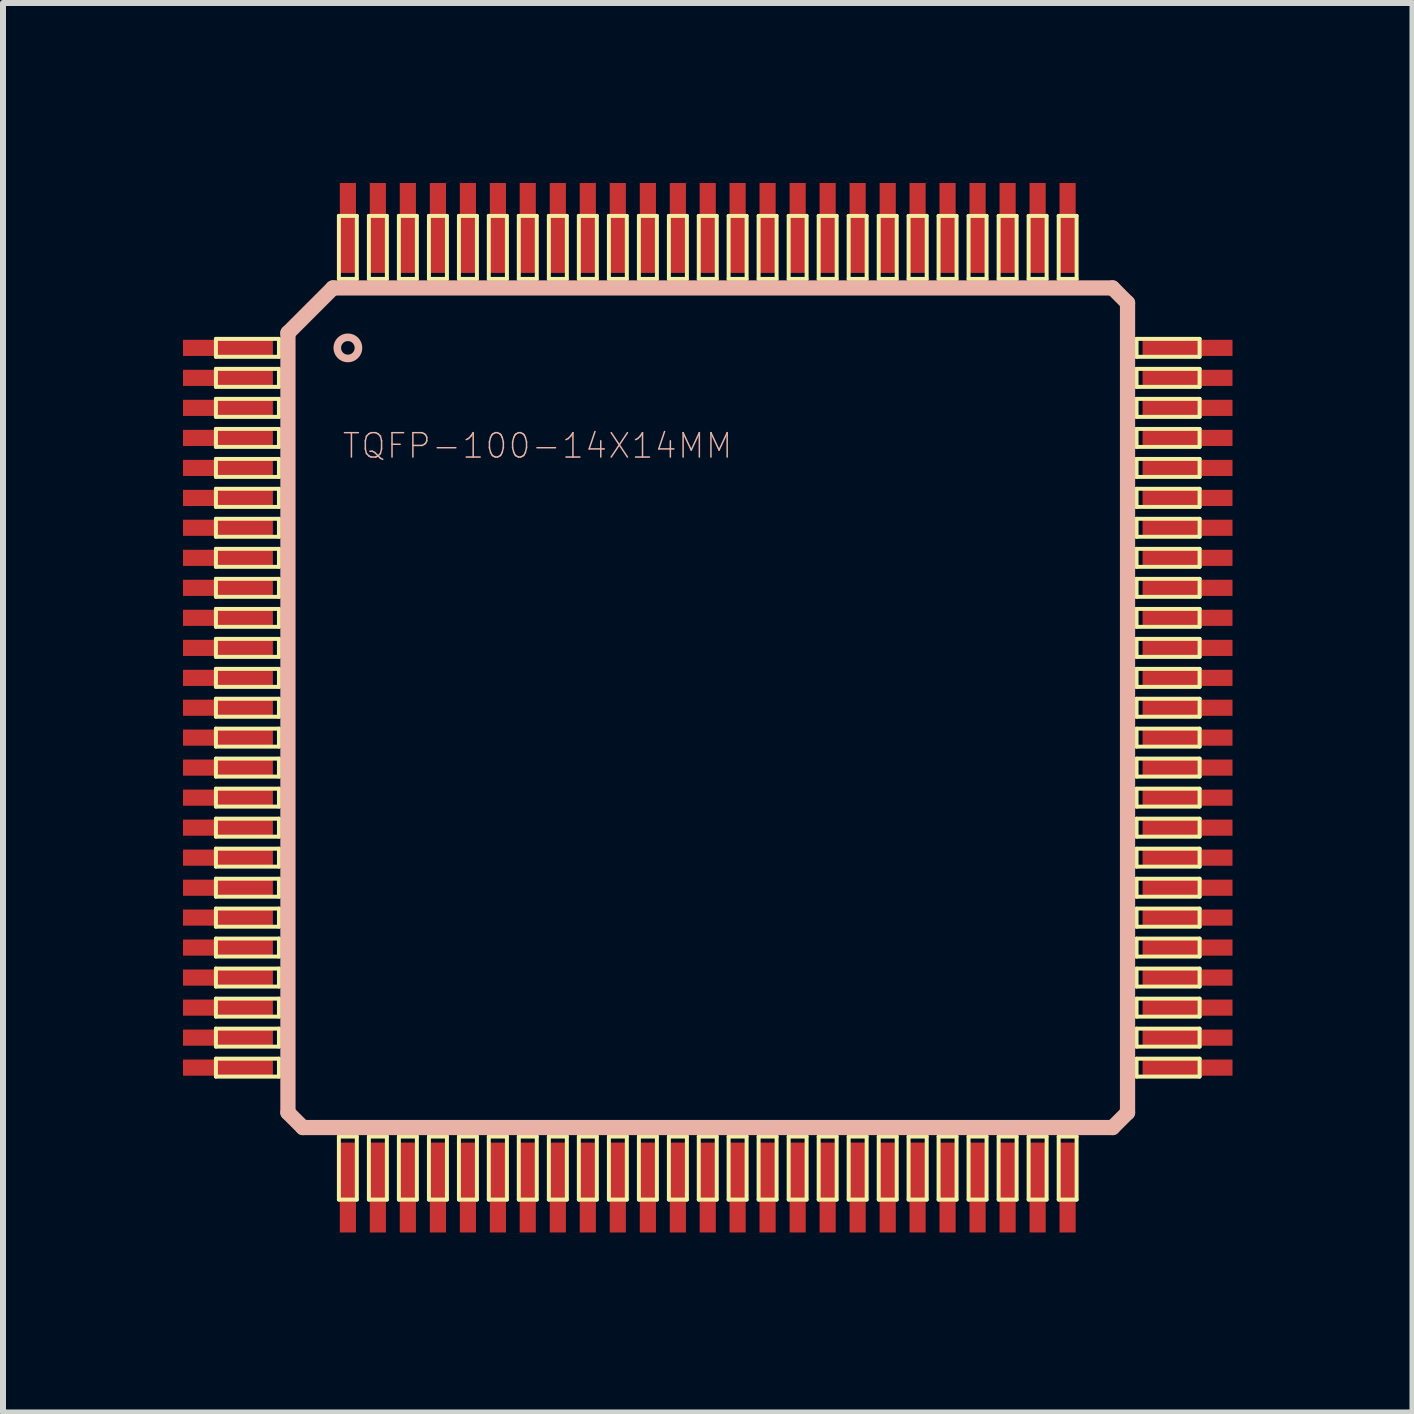
<source format=kicad_pcb>
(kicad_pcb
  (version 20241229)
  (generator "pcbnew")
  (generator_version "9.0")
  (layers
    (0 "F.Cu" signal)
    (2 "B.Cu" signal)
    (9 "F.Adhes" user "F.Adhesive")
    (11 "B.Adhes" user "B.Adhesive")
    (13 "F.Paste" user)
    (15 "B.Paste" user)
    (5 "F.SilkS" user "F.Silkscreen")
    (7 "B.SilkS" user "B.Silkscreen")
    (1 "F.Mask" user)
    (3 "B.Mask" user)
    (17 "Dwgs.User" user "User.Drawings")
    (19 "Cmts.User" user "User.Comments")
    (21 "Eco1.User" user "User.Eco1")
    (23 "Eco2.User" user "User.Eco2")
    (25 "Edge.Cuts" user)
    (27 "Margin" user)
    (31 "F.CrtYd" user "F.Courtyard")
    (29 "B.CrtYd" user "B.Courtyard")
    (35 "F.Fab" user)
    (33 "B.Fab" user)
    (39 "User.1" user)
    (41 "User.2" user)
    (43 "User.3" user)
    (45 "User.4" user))
  (footprint "TQFP-100-14X14MM"
    (layer "F.Cu")
    (at 8.748 8.748)
    (property "Reference" "TQFP-100-14X14MM" (at -2.837 -4.366 0) (layer "B.SilkS") (effects (font (size 0.406 0.406) (thickness 0.025))))
    (attr smd)
    (fp_line (start -8.199 -6.149) (end -7.148 -6.149) (stroke (width 0.066) (type solid)) (layer "F.SilkS"))
    (fp_line (start -8.199 -5.85) (end -8.199 -6.149) (stroke (width 0.066) (type solid)) (layer "F.SilkS"))
    (fp_line (start -8.199 -5.85) (end -7.148 -5.85) (stroke (width 0.066) (type solid)) (layer "F.SilkS"))
    (fp_line (start -8.199 -5.649) (end -7.148 -5.649) (stroke (width 0.066) (type solid)) (layer "F.SilkS"))
    (fp_line (start -8.199 -5.349) (end -8.199 -5.649) (stroke (width 0.066) (type solid)) (layer "F.SilkS"))
    (fp_line (start -8.199 -5.349) (end -7.148 -5.349) (stroke (width 0.066) (type solid)) (layer "F.SilkS"))
    (fp_line (start -8.199 -5.149) (end -7.148 -5.149) (stroke (width 0.066) (type solid)) (layer "F.SilkS"))
    (fp_line (start -8.199 -4.849) (end -8.199 -5.149) (stroke (width 0.066) (type solid)) (layer "F.SilkS"))
    (fp_line (start -8.199 -4.849) (end -7.148 -4.849) (stroke (width 0.066) (type solid)) (layer "F.SilkS"))
    (fp_line (start -8.199 -4.648) (end -7.148 -4.648) (stroke (width 0.066) (type solid)) (layer "F.SilkS"))
    (fp_line (start -8.199 -4.348) (end -8.199 -4.648) (stroke (width 0.066) (type solid)) (layer "F.SilkS"))
    (fp_line (start -8.199 -4.348) (end -7.148 -4.348) (stroke (width 0.066) (type solid)) (layer "F.SilkS"))
    (fp_line (start -8.199 -4.148) (end -7.148 -4.148) (stroke (width 0.066) (type solid)) (layer "F.SilkS"))
    (fp_line (start -8.199 -3.848) (end -8.199 -4.148) (stroke (width 0.066) (type solid)) (layer "F.SilkS"))
    (fp_line (start -8.199 -3.848) (end -7.148 -3.848) (stroke (width 0.066) (type solid)) (layer "F.SilkS"))
    (fp_line (start -8.199 -3.65) (end -7.148 -3.65) (stroke (width 0.066) (type solid)) (layer "F.SilkS"))
    (fp_line (start -8.199 -3.348) (end -8.199 -3.65) (stroke (width 0.066) (type solid)) (layer "F.SilkS"))
    (fp_line (start -8.199 -3.348) (end -7.148 -3.348) (stroke (width 0.066) (type solid)) (layer "F.SilkS"))
    (fp_line (start -8.199 -3.15) (end -7.148 -3.15) (stroke (width 0.066) (type solid)) (layer "F.SilkS"))
    (fp_line (start -8.199 -2.85) (end -8.199 -3.15) (stroke (width 0.066) (type solid)) (layer "F.SilkS"))
    (fp_line (start -8.199 -2.85) (end -7.148 -2.85) (stroke (width 0.066) (type solid)) (layer "F.SilkS"))
    (fp_line (start -8.199 -2.649) (end -7.148 -2.649) (stroke (width 0.066) (type solid)) (layer "F.SilkS"))
    (fp_line (start -8.199 -2.349) (end -8.199 -2.649) (stroke (width 0.066) (type solid)) (layer "F.SilkS"))
    (fp_line (start -8.199 -2.349) (end -7.148 -2.349) (stroke (width 0.066) (type solid)) (layer "F.SilkS"))
    (fp_line (start -8.199 -2.149) (end -7.148 -2.149) (stroke (width 0.066) (type solid)) (layer "F.SilkS"))
    (fp_line (start -8.199 -1.849) (end -8.199 -2.149) (stroke (width 0.066) (type solid)) (layer "F.SilkS"))
    (fp_line (start -8.199 -1.849) (end -7.148 -1.849) (stroke (width 0.066) (type solid)) (layer "F.SilkS"))
    (fp_line (start -8.199 -1.648) (end -7.148 -1.648) (stroke (width 0.066) (type solid)) (layer "F.SilkS"))
    (fp_line (start -8.199 -1.349) (end -8.199 -1.648) (stroke (width 0.066) (type solid)) (layer "F.SilkS"))
    (fp_line (start -8.199 -1.349) (end -7.148 -1.349) (stroke (width 0.066) (type solid)) (layer "F.SilkS"))
    (fp_line (start -8.199 -1.148) (end -7.148 -1.148) (stroke (width 0.066) (type solid)) (layer "F.SilkS"))
    (fp_line (start -8.199 -0.848) (end -8.199 -1.148) (stroke (width 0.066) (type solid)) (layer "F.SilkS"))
    (fp_line (start -8.199 -0.848) (end -7.148 -0.848) (stroke (width 0.066) (type solid)) (layer "F.SilkS"))
    (fp_line (start -8.199 -0.648) (end -7.148 -0.648) (stroke (width 0.066) (type solid)) (layer "F.SilkS"))
    (fp_line (start -8.199 -0.348) (end -8.199 -0.648) (stroke (width 0.066) (type solid)) (layer "F.SilkS"))
    (fp_line (start -8.199 -0.348) (end -7.148 -0.348) (stroke (width 0.066) (type solid)) (layer "F.SilkS"))
    (fp_line (start -8.199 -0.15) (end -7.148 -0.15) (stroke (width 0.066) (type solid)) (layer "F.SilkS"))
    (fp_line (start -8.199 0.15) (end -8.199 -0.15) (stroke (width 0.066) (type solid)) (layer "F.SilkS"))
    (fp_line (start -8.199 0.15) (end -7.148 0.15) (stroke (width 0.066) (type solid)) (layer "F.SilkS"))
    (fp_line (start -8.199 0.348) (end -7.148 0.348) (stroke (width 0.066) (type solid)) (layer "F.SilkS"))
    (fp_line (start -8.199 0.648) (end -8.199 0.348) (stroke (width 0.066) (type solid)) (layer "F.SilkS"))
    (fp_line (start -8.199 0.648) (end -7.148 0.648) (stroke (width 0.066) (type solid)) (layer "F.SilkS"))
    (fp_line (start -8.199 0.848) (end -7.148 0.848) (stroke (width 0.066) (type solid)) (layer "F.SilkS"))
    (fp_line (start -8.199 1.148) (end -8.199 0.848) (stroke (width 0.066) (type solid)) (layer "F.SilkS"))
    (fp_line (start -8.199 1.148) (end -7.148 1.148) (stroke (width 0.066) (type solid)) (layer "F.SilkS"))
    (fp_line (start -8.199 1.349) (end -7.148 1.349) (stroke (width 0.066) (type solid)) (layer "F.SilkS"))
    (fp_line (start -8.199 1.648) (end -8.199 1.349) (stroke (width 0.066) (type solid)) (layer "F.SilkS"))
    (fp_line (start -8.199 1.648) (end -7.148 1.648) (stroke (width 0.066) (type solid)) (layer "F.SilkS"))
    (fp_line (start -8.199 1.849) (end -7.148 1.849) (stroke (width 0.066) (type solid)) (layer "F.SilkS"))
    (fp_line (start -8.199 2.149) (end -8.199 1.849) (stroke (width 0.066) (type solid)) (layer "F.SilkS"))
    (fp_line (start -8.199 2.149) (end -7.148 2.149) (stroke (width 0.066) (type solid)) (layer "F.SilkS"))
    (fp_line (start -8.199 2.349) (end -7.148 2.349) (stroke (width 0.066) (type solid)) (layer "F.SilkS"))
    (fp_line (start -8.199 2.649) (end -8.199 2.349) (stroke (width 0.066) (type solid)) (layer "F.SilkS"))
    (fp_line (start -8.199 2.649) (end -7.148 2.649) (stroke (width 0.066) (type solid)) (layer "F.SilkS"))
    (fp_line (start -8.199 2.85) (end -7.148 2.85) (stroke (width 0.066) (type solid)) (layer "F.SilkS"))
    (fp_line (start -8.199 3.15) (end -8.199 2.85) (stroke (width 0.066) (type solid)) (layer "F.SilkS"))
    (fp_line (start -8.199 3.15) (end -7.148 3.15) (stroke (width 0.066) (type solid)) (layer "F.SilkS"))
    (fp_line (start -8.199 3.348) (end -7.148 3.348) (stroke (width 0.066) (type solid)) (layer "F.SilkS"))
    (fp_line (start -8.199 3.65) (end -8.199 3.348) (stroke (width 0.066) (type solid)) (layer "F.SilkS"))
    (fp_line (start -8.199 3.65) (end -7.148 3.65) (stroke (width 0.066) (type solid)) (layer "F.SilkS"))
    (fp_line (start -8.199 3.848) (end -7.148 3.848) (stroke (width 0.066) (type solid)) (layer "F.SilkS"))
    (fp_line (start -8.199 4.148) (end -8.199 3.848) (stroke (width 0.066) (type solid)) (layer "F.SilkS"))
    (fp_line (start -8.199 4.148) (end -7.148 4.148) (stroke (width 0.066) (type solid)) (layer "F.SilkS"))
    (fp_line (start -8.199 4.348) (end -7.148 4.348) (stroke (width 0.066) (type solid)) (layer "F.SilkS"))
    (fp_line (start -8.199 4.648) (end -8.199 4.348) (stroke (width 0.066) (type solid)) (layer "F.SilkS"))
    (fp_line (start -8.199 4.648) (end -7.148 4.648) (stroke (width 0.066) (type solid)) (layer "F.SilkS"))
    (fp_line (start -8.199 4.849) (end -7.148 4.849) (stroke (width 0.066) (type solid)) (layer "F.SilkS"))
    (fp_line (start -8.199 5.149) (end -8.199 4.849) (stroke (width 0.066) (type solid)) (layer "F.SilkS"))
    (fp_line (start -8.199 5.149) (end -7.148 5.149) (stroke (width 0.066) (type solid)) (layer "F.SilkS"))
    (fp_line (start -8.199 5.349) (end -7.148 5.349) (stroke (width 0.066) (type solid)) (layer "F.SilkS"))
    (fp_line (start -8.199 5.649) (end -8.199 5.349) (stroke (width 0.066) (type solid)) (layer "F.SilkS"))
    (fp_line (start -8.199 5.649) (end -7.148 5.649) (stroke (width 0.066) (type solid)) (layer "F.SilkS"))
    (fp_line (start -8.199 5.85) (end -7.148 5.85) (stroke (width 0.066) (type solid)) (layer "F.SilkS"))
    (fp_line (start -8.199 6.149) (end -8.199 5.85) (stroke (width 0.066) (type solid)) (layer "F.SilkS"))
    (fp_line (start -8.199 6.149) (end -7.148 6.149) (stroke (width 0.066) (type solid)) (layer "F.SilkS"))
    (fp_line (start -7.148 -5.85) (end -7.148 -6.149) (stroke (width 0.066) (type solid)) (layer "F.SilkS"))
    (fp_line (start -7.148 -5.349) (end -7.148 -5.649) (stroke (width 0.066) (type solid)) (layer "F.SilkS"))
    (fp_line (start -7.148 -4.849) (end -7.148 -5.149) (stroke (width 0.066) (type solid)) (layer "F.SilkS"))
    (fp_line (start -7.148 -4.348) (end -7.148 -4.648) (stroke (width 0.066) (type solid)) (layer "F.SilkS"))
    (fp_line (start -7.148 -3.848) (end -7.148 -4.148) (stroke (width 0.066) (type solid)) (layer "F.SilkS"))
    (fp_line (start -7.148 -3.348) (end -7.148 -3.65) (stroke (width 0.066) (type solid)) (layer "F.SilkS"))
    (fp_line (start -7.148 -2.85) (end -7.148 -3.15) (stroke (width 0.066) (type solid)) (layer "F.SilkS"))
    (fp_line (start -7.148 -2.349) (end -7.148 -2.649) (stroke (width 0.066) (type solid)) (layer "F.SilkS"))
    (fp_line (start -7.148 -1.849) (end -7.148 -2.149) (stroke (width 0.066) (type solid)) (layer "F.SilkS"))
    (fp_line (start -7.148 -1.349) (end -7.148 -1.648) (stroke (width 0.066) (type solid)) (layer "F.SilkS"))
    (fp_line (start -7.148 -0.848) (end -7.148 -1.148) (stroke (width 0.066) (type solid)) (layer "F.SilkS"))
    (fp_line (start -7.148 -0.348) (end -7.148 -0.648) (stroke (width 0.066) (type solid)) (layer "F.SilkS"))
    (fp_line (start -7.148 0.15) (end -7.148 -0.15) (stroke (width 0.066) (type solid)) (layer "F.SilkS"))
    (fp_line (start -7.148 0.648) (end -7.148 0.348) (stroke (width 0.066) (type solid)) (layer "F.SilkS"))
    (fp_line (start -7.148 1.148) (end -7.148 0.848) (stroke (width 0.066) (type solid)) (layer "F.SilkS"))
    (fp_line (start -7.148 1.648) (end -7.148 1.349) (stroke (width 0.066) (type solid)) (layer "F.SilkS"))
    (fp_line (start -7.148 2.149) (end -7.148 1.849) (stroke (width 0.066) (type solid)) (layer "F.SilkS"))
    (fp_line (start -7.148 2.649) (end -7.148 2.349) (stroke (width 0.066) (type solid)) (layer "F.SilkS"))
    (fp_line (start -7.148 3.15) (end -7.148 2.85) (stroke (width 0.066) (type solid)) (layer "F.SilkS"))
    (fp_line (start -7.148 3.65) (end -7.148 3.348) (stroke (width 0.066) (type solid)) (layer "F.SilkS"))
    (fp_line (start -7.148 4.148) (end -7.148 3.848) (stroke (width 0.066) (type solid)) (layer "F.SilkS"))
    (fp_line (start -7.148 4.648) (end -7.148 4.348) (stroke (width 0.066) (type solid)) (layer "F.SilkS"))
    (fp_line (start -7.148 5.149) (end -7.148 4.849) (stroke (width 0.066) (type solid)) (layer "F.SilkS"))
    (fp_line (start -7.148 5.649) (end -7.148 5.349) (stroke (width 0.066) (type solid)) (layer "F.SilkS"))
    (fp_line (start -7.148 6.149) (end -7.148 5.85) (stroke (width 0.066) (type solid)) (layer "F.SilkS"))
    (fp_line (start -6.149 -8.199) (end -5.85 -8.199) (stroke (width 0.066) (type solid)) (layer "F.SilkS"))
    (fp_line (start -6.149 -7.148) (end -6.149 -8.199) (stroke (width 0.066) (type solid)) (layer "F.SilkS"))
    (fp_line (start -6.149 -7.148) (end -5.85 -7.148) (stroke (width 0.066) (type solid)) (layer "F.SilkS"))
    (fp_line (start -6.149 7.148) (end -5.85 7.148) (stroke (width 0.066) (type solid)) (layer "F.SilkS"))
    (fp_line (start -6.149 8.199) (end -6.149 7.148) (stroke (width 0.066) (type solid)) (layer "F.SilkS"))
    (fp_line (start -6.149 8.199) (end -5.85 8.199) (stroke (width 0.066) (type solid)) (layer "F.SilkS"))
    (fp_line (start -5.85 -7.148) (end -5.85 -8.199) (stroke (width 0.066) (type solid)) (layer "F.SilkS"))
    (fp_line (start -5.85 8.199) (end -5.85 7.148) (stroke (width 0.066) (type solid)) (layer "F.SilkS"))
    (fp_line (start -5.649 -8.199) (end -5.349 -8.199) (stroke (width 0.066) (type solid)) (layer "F.SilkS"))
    (fp_line (start -5.649 -7.148) (end -5.649 -8.199) (stroke (width 0.066) (type solid)) (layer "F.SilkS"))
    (fp_line (start -5.649 -7.148) (end -5.349 -7.148) (stroke (width 0.066) (type solid)) (layer "F.SilkS"))
    (fp_line (start -5.649 7.148) (end -5.349 7.148) (stroke (width 0.066) (type solid)) (layer "F.SilkS"))
    (fp_line (start -5.649 8.199) (end -5.649 7.148) (stroke (width 0.066) (type solid)) (layer "F.SilkS"))
    (fp_line (start -5.649 8.199) (end -5.349 8.199) (stroke (width 0.066) (type solid)) (layer "F.SilkS"))
    (fp_line (start -5.349 -7.148) (end -5.349 -8.199) (stroke (width 0.066) (type solid)) (layer "F.SilkS"))
    (fp_line (start -5.349 8.199) (end -5.349 7.148) (stroke (width 0.066) (type solid)) (layer "F.SilkS"))
    (fp_line (start -5.149 -8.199) (end -4.849 -8.199) (stroke (width 0.066) (type solid)) (layer "F.SilkS"))
    (fp_line (start -5.149 -7.148) (end -5.149 -8.199) (stroke (width 0.066) (type solid)) (layer "F.SilkS"))
    (fp_line (start -5.149 -7.148) (end -4.849 -7.148) (stroke (width 0.066) (type solid)) (layer "F.SilkS"))
    (fp_line (start -5.149 7.148) (end -4.849 7.148) (stroke (width 0.066) (type solid)) (layer "F.SilkS"))
    (fp_line (start -5.149 8.199) (end -5.149 7.148) (stroke (width 0.066) (type solid)) (layer "F.SilkS"))
    (fp_line (start -5.149 8.199) (end -4.849 8.199) (stroke (width 0.066) (type solid)) (layer "F.SilkS"))
    (fp_line (start -4.849 -7.148) (end -4.849 -8.199) (stroke (width 0.066) (type solid)) (layer "F.SilkS"))
    (fp_line (start -4.849 8.199) (end -4.849 7.148) (stroke (width 0.066) (type solid)) (layer "F.SilkS"))
    (fp_line (start -4.648 -8.199) (end -4.348 -8.199) (stroke (width 0.066) (type solid)) (layer "F.SilkS"))
    (fp_line (start -4.648 -7.148) (end -4.648 -8.199) (stroke (width 0.066) (type solid)) (layer "F.SilkS"))
    (fp_line (start -4.648 -7.148) (end -4.348 -7.148) (stroke (width 0.066) (type solid)) (layer "F.SilkS"))
    (fp_line (start -4.648 7.148) (end -4.348 7.148) (stroke (width 0.066) (type solid)) (layer "F.SilkS"))
    (fp_line (start -4.648 8.199) (end -4.648 7.148) (stroke (width 0.066) (type solid)) (layer "F.SilkS"))
    (fp_line (start -4.648 8.199) (end -4.348 8.199) (stroke (width 0.066) (type solid)) (layer "F.SilkS"))
    (fp_line (start -4.348 -7.148) (end -4.348 -8.199) (stroke (width 0.066) (type solid)) (layer "F.SilkS"))
    (fp_line (start -4.348 8.199) (end -4.348 7.148) (stroke (width 0.066) (type solid)) (layer "F.SilkS"))
    (fp_line (start -4.148 -8.199) (end -3.848 -8.199) (stroke (width 0.066) (type solid)) (layer "F.SilkS"))
    (fp_line (start -4.148 -7.148) (end -4.148 -8.199) (stroke (width 0.066) (type solid)) (layer "F.SilkS"))
    (fp_line (start -4.148 -7.148) (end -3.848 -7.148) (stroke (width 0.066) (type solid)) (layer "F.SilkS"))
    (fp_line (start -4.148 7.148) (end -3.848 7.148) (stroke (width 0.066) (type solid)) (layer "F.SilkS"))
    (fp_line (start -4.148 8.199) (end -4.148 7.148) (stroke (width 0.066) (type solid)) (layer "F.SilkS"))
    (fp_line (start -4.148 8.199) (end -3.848 8.199) (stroke (width 0.066) (type solid)) (layer "F.SilkS"))
    (fp_line (start -3.848 -7.148) (end -3.848 -8.199) (stroke (width 0.066) (type solid)) (layer "F.SilkS"))
    (fp_line (start -3.848 8.199) (end -3.848 7.148) (stroke (width 0.066) (type solid)) (layer "F.SilkS"))
    (fp_line (start -3.65 -8.199) (end -3.348 -8.199) (stroke (width 0.066) (type solid)) (layer "F.SilkS"))
    (fp_line (start -3.65 -7.148) (end -3.65 -8.199) (stroke (width 0.066) (type solid)) (layer "F.SilkS"))
    (fp_line (start -3.65 -7.148) (end -3.348 -7.148) (stroke (width 0.066) (type solid)) (layer "F.SilkS"))
    (fp_line (start -3.65 7.148) (end -3.348 7.148) (stroke (width 0.066) (type solid)) (layer "F.SilkS"))
    (fp_line (start -3.65 8.199) (end -3.65 7.148) (stroke (width 0.066) (type solid)) (layer "F.SilkS"))
    (fp_line (start -3.65 8.199) (end -3.348 8.199) (stroke (width 0.066) (type solid)) (layer "F.SilkS"))
    (fp_line (start -3.348 -7.148) (end -3.348 -8.199) (stroke (width 0.066) (type solid)) (layer "F.SilkS"))
    (fp_line (start -3.348 8.199) (end -3.348 7.148) (stroke (width 0.066) (type solid)) (layer "F.SilkS"))
    (fp_line (start -3.15 -8.199) (end -2.85 -8.199) (stroke (width 0.066) (type solid)) (layer "F.SilkS"))
    (fp_line (start -3.15 -7.148) (end -3.15 -8.199) (stroke (width 0.066) (type solid)) (layer "F.SilkS"))
    (fp_line (start -3.15 -7.148) (end -2.85 -7.148) (stroke (width 0.066) (type solid)) (layer "F.SilkS"))
    (fp_line (start -3.15 7.148) (end -2.85 7.148) (stroke (width 0.066) (type solid)) (layer "F.SilkS"))
    (fp_line (start -3.15 8.199) (end -3.15 7.148) (stroke (width 0.066) (type solid)) (layer "F.SilkS"))
    (fp_line (start -3.15 8.199) (end -2.85 8.199) (stroke (width 0.066) (type solid)) (layer "F.SilkS"))
    (fp_line (start -2.85 -7.148) (end -2.85 -8.199) (stroke (width 0.066) (type solid)) (layer "F.SilkS"))
    (fp_line (start -2.85 8.199) (end -2.85 7.148) (stroke (width 0.066) (type solid)) (layer "F.SilkS"))
    (fp_line (start -2.649 -8.199) (end -2.349 -8.199) (stroke (width 0.066) (type solid)) (layer "F.SilkS"))
    (fp_line (start -2.649 -7.148) (end -2.649 -8.199) (stroke (width 0.066) (type solid)) (layer "F.SilkS"))
    (fp_line (start -2.649 -7.148) (end -2.349 -7.148) (stroke (width 0.066) (type solid)) (layer "F.SilkS"))
    (fp_line (start -2.649 7.148) (end -2.349 7.148) (stroke (width 0.066) (type solid)) (layer "F.SilkS"))
    (fp_line (start -2.649 8.199) (end -2.649 7.148) (stroke (width 0.066) (type solid)) (layer "F.SilkS"))
    (fp_line (start -2.649 8.199) (end -2.349 8.199) (stroke (width 0.066) (type solid)) (layer "F.SilkS"))
    (fp_line (start -2.349 -7.148) (end -2.349 -8.199) (stroke (width 0.066) (type solid)) (layer "F.SilkS"))
    (fp_line (start -2.349 8.199) (end -2.349 7.148) (stroke (width 0.066) (type solid)) (layer "F.SilkS"))
    (fp_line (start -2.149 -8.199) (end -1.849 -8.199) (stroke (width 0.066) (type solid)) (layer "F.SilkS"))
    (fp_line (start -2.149 -7.148) (end -2.149 -8.199) (stroke (width 0.066) (type solid)) (layer "F.SilkS"))
    (fp_line (start -2.149 -7.148) (end -1.849 -7.148) (stroke (width 0.066) (type solid)) (layer "F.SilkS"))
    (fp_line (start -2.149 7.148) (end -1.849 7.148) (stroke (width 0.066) (type solid)) (layer "F.SilkS"))
    (fp_line (start -2.149 8.199) (end -2.149 7.148) (stroke (width 0.066) (type solid)) (layer "F.SilkS"))
    (fp_line (start -2.149 8.199) (end -1.849 8.199) (stroke (width 0.066) (type solid)) (layer "F.SilkS"))
    (fp_line (start -1.849 -7.148) (end -1.849 -8.199) (stroke (width 0.066) (type solid)) (layer "F.SilkS"))
    (fp_line (start -1.849 8.199) (end -1.849 7.148) (stroke (width 0.066) (type solid)) (layer "F.SilkS"))
    (fp_line (start -1.648 -8.199) (end -1.349 -8.199) (stroke (width 0.066) (type solid)) (layer "F.SilkS"))
    (fp_line (start -1.648 -7.148) (end -1.648 -8.199) (stroke (width 0.066) (type solid)) (layer "F.SilkS"))
    (fp_line (start -1.648 -7.148) (end -1.349 -7.148) (stroke (width 0.066) (type solid)) (layer "F.SilkS"))
    (fp_line (start -1.648 7.148) (end -1.349 7.148) (stroke (width 0.066) (type solid)) (layer "F.SilkS"))
    (fp_line (start -1.648 8.199) (end -1.648 7.148) (stroke (width 0.066) (type solid)) (layer "F.SilkS"))
    (fp_line (start -1.648 8.199) (end -1.349 8.199) (stroke (width 0.066) (type solid)) (layer "F.SilkS"))
    (fp_line (start -1.349 -7.148) (end -1.349 -8.199) (stroke (width 0.066) (type solid)) (layer "F.SilkS"))
    (fp_line (start -1.349 8.199) (end -1.349 7.148) (stroke (width 0.066) (type solid)) (layer "F.SilkS"))
    (fp_line (start -1.148 -8.199) (end -0.848 -8.199) (stroke (width 0.066) (type solid)) (layer "F.SilkS"))
    (fp_line (start -1.148 -7.148) (end -1.148 -8.199) (stroke (width 0.066) (type solid)) (layer "F.SilkS"))
    (fp_line (start -1.148 -7.148) (end -0.848 -7.148) (stroke (width 0.066) (type solid)) (layer "F.SilkS"))
    (fp_line (start -1.148 7.148) (end -0.848 7.148) (stroke (width 0.066) (type solid)) (layer "F.SilkS"))
    (fp_line (start -1.148 8.199) (end -1.148 7.148) (stroke (width 0.066) (type solid)) (layer "F.SilkS"))
    (fp_line (start -1.148 8.199) (end -0.848 8.199) (stroke (width 0.066) (type solid)) (layer "F.SilkS"))
    (fp_line (start -0.848 -7.148) (end -0.848 -8.199) (stroke (width 0.066) (type solid)) (layer "F.SilkS"))
    (fp_line (start -0.848 8.199) (end -0.848 7.148) (stroke (width 0.066) (type solid)) (layer "F.SilkS"))
    (fp_line (start -0.648 -8.199) (end -0.348 -8.199) (stroke (width 0.066) (type solid)) (layer "F.SilkS"))
    (fp_line (start -0.648 -7.148) (end -0.648 -8.199) (stroke (width 0.066) (type solid)) (layer "F.SilkS"))
    (fp_line (start -0.648 -7.148) (end -0.348 -7.148) (stroke (width 0.066) (type solid)) (layer "F.SilkS"))
    (fp_line (start -0.648 7.148) (end -0.348 7.148) (stroke (width 0.066) (type solid)) (layer "F.SilkS"))
    (fp_line (start -0.648 8.199) (end -0.648 7.148) (stroke (width 0.066) (type solid)) (layer "F.SilkS"))
    (fp_line (start -0.648 8.199) (end -0.348 8.199) (stroke (width 0.066) (type solid)) (layer "F.SilkS"))
    (fp_line (start -0.348 -7.148) (end -0.348 -8.199) (stroke (width 0.066) (type solid)) (layer "F.SilkS"))
    (fp_line (start -0.348 8.199) (end -0.348 7.148) (stroke (width 0.066) (type solid)) (layer "F.SilkS"))
    (fp_line (start -0.15 -8.199) (end 0.15 -8.199) (stroke (width 0.066) (type solid)) (layer "F.SilkS"))
    (fp_line (start -0.15 -7.148) (end -0.15 -8.199) (stroke (width 0.066) (type solid)) (layer "F.SilkS"))
    (fp_line (start -0.15 -7.148) (end 0.15 -7.148) (stroke (width 0.066) (type solid)) (layer "F.SilkS"))
    (fp_line (start -0.15 7.148) (end 0.15 7.148) (stroke (width 0.066) (type solid)) (layer "F.SilkS"))
    (fp_line (start -0.15 8.199) (end -0.15 7.148) (stroke (width 0.066) (type solid)) (layer "F.SilkS"))
    (fp_line (start -0.15 8.199) (end 0.15 8.199) (stroke (width 0.066) (type solid)) (layer "F.SilkS"))
    (fp_line (start 0.15 -7.148) (end 0.15 -8.199) (stroke (width 0.066) (type solid)) (layer "F.SilkS"))
    (fp_line (start 0.15 8.199) (end 0.15 7.148) (stroke (width 0.066) (type solid)) (layer "F.SilkS"))
    (fp_line (start 0.348 -8.199) (end 0.648 -8.199) (stroke (width 0.066) (type solid)) (layer "F.SilkS"))
    (fp_line (start 0.348 -7.148) (end 0.348 -8.199) (stroke (width 0.066) (type solid)) (layer "F.SilkS"))
    (fp_line (start 0.348 -7.148) (end 0.648 -7.148) (stroke (width 0.066) (type solid)) (layer "F.SilkS"))
    (fp_line (start 0.348 7.148) (end 0.648 7.148) (stroke (width 0.066) (type solid)) (layer "F.SilkS"))
    (fp_line (start 0.348 8.199) (end 0.348 7.148) (stroke (width 0.066) (type solid)) (layer "F.SilkS"))
    (fp_line (start 0.348 8.199) (end 0.648 8.199) (stroke (width 0.066) (type solid)) (layer "F.SilkS"))
    (fp_line (start 0.648 -7.148) (end 0.648 -8.199) (stroke (width 0.066) (type solid)) (layer "F.SilkS"))
    (fp_line (start 0.648 8.199) (end 0.648 7.148) (stroke (width 0.066) (type solid)) (layer "F.SilkS"))
    (fp_line (start 0.848 -8.199) (end 1.148 -8.199) (stroke (width 0.066) (type solid)) (layer "F.SilkS"))
    (fp_line (start 0.848 -7.148) (end 0.848 -8.199) (stroke (width 0.066) (type solid)) (layer "F.SilkS"))
    (fp_line (start 0.848 -7.148) (end 1.148 -7.148) (stroke (width 0.066) (type solid)) (layer "F.SilkS"))
    (fp_line (start 0.848 7.148) (end 1.148 7.148) (stroke (width 0.066) (type solid)) (layer "F.SilkS"))
    (fp_line (start 0.848 8.199) (end 0.848 7.148) (stroke (width 0.066) (type solid)) (layer "F.SilkS"))
    (fp_line (start 0.848 8.199) (end 1.148 8.199) (stroke (width 0.066) (type solid)) (layer "F.SilkS"))
    (fp_line (start 1.148 -7.148) (end 1.148 -8.199) (stroke (width 0.066) (type solid)) (layer "F.SilkS"))
    (fp_line (start 1.148 8.199) (end 1.148 7.148) (stroke (width 0.066) (type solid)) (layer "F.SilkS"))
    (fp_line (start 1.349 -8.199) (end 1.648 -8.199) (stroke (width 0.066) (type solid)) (layer "F.SilkS"))
    (fp_line (start 1.349 -7.148) (end 1.349 -8.199) (stroke (width 0.066) (type solid)) (layer "F.SilkS"))
    (fp_line (start 1.349 -7.148) (end 1.648 -7.148) (stroke (width 0.066) (type solid)) (layer "F.SilkS"))
    (fp_line (start 1.349 7.148) (end 1.648 7.148) (stroke (width 0.066) (type solid)) (layer "F.SilkS"))
    (fp_line (start 1.349 8.199) (end 1.349 7.148) (stroke (width 0.066) (type solid)) (layer "F.SilkS"))
    (fp_line (start 1.349 8.199) (end 1.648 8.199) (stroke (width 0.066) (type solid)) (layer "F.SilkS"))
    (fp_line (start 1.648 -7.148) (end 1.648 -8.199) (stroke (width 0.066) (type solid)) (layer "F.SilkS"))
    (fp_line (start 1.648 8.199) (end 1.648 7.148) (stroke (width 0.066) (type solid)) (layer "F.SilkS"))
    (fp_line (start 1.849 -8.199) (end 2.149 -8.199) (stroke (width 0.066) (type solid)) (layer "F.SilkS"))
    (fp_line (start 1.849 -7.148) (end 1.849 -8.199) (stroke (width 0.066) (type solid)) (layer "F.SilkS"))
    (fp_line (start 1.849 -7.148) (end 2.149 -7.148) (stroke (width 0.066) (type solid)) (layer "F.SilkS"))
    (fp_line (start 1.849 7.148) (end 2.149 7.148) (stroke (width 0.066) (type solid)) (layer "F.SilkS"))
    (fp_line (start 1.849 8.199) (end 1.849 7.148) (stroke (width 0.066) (type solid)) (layer "F.SilkS"))
    (fp_line (start 1.849 8.199) (end 2.149 8.199) (stroke (width 0.066) (type solid)) (layer "F.SilkS"))
    (fp_line (start 2.149 -7.148) (end 2.149 -8.199) (stroke (width 0.066) (type solid)) (layer "F.SilkS"))
    (fp_line (start 2.149 8.199) (end 2.149 7.148) (stroke (width 0.066) (type solid)) (layer "F.SilkS"))
    (fp_line (start 2.349 -8.199) (end 2.649 -8.199) (stroke (width 0.066) (type solid)) (layer "F.SilkS"))
    (fp_line (start 2.349 -7.148) (end 2.349 -8.199) (stroke (width 0.066) (type solid)) (layer "F.SilkS"))
    (fp_line (start 2.349 -7.148) (end 2.649 -7.148) (stroke (width 0.066) (type solid)) (layer "F.SilkS"))
    (fp_line (start 2.349 7.148) (end 2.649 7.148) (stroke (width 0.066) (type solid)) (layer "F.SilkS"))
    (fp_line (start 2.349 8.199) (end 2.349 7.148) (stroke (width 0.066) (type solid)) (layer "F.SilkS"))
    (fp_line (start 2.349 8.199) (end 2.649 8.199) (stroke (width 0.066) (type solid)) (layer "F.SilkS"))
    (fp_line (start 2.649 -7.148) (end 2.649 -8.199) (stroke (width 0.066) (type solid)) (layer "F.SilkS"))
    (fp_line (start 2.649 8.199) (end 2.649 7.148) (stroke (width 0.066) (type solid)) (layer "F.SilkS"))
    (fp_line (start 2.85 -8.199) (end 3.15 -8.199) (stroke (width 0.066) (type solid)) (layer "F.SilkS"))
    (fp_line (start 2.85 -7.148) (end 2.85 -8.199) (stroke (width 0.066) (type solid)) (layer "F.SilkS"))
    (fp_line (start 2.85 -7.148) (end 3.15 -7.148) (stroke (width 0.066) (type solid)) (layer "F.SilkS"))
    (fp_line (start 2.85 7.148) (end 3.15 7.148) (stroke (width 0.066) (type solid)) (layer "F.SilkS"))
    (fp_line (start 2.85 8.199) (end 2.85 7.148) (stroke (width 0.066) (type solid)) (layer "F.SilkS"))
    (fp_line (start 2.85 8.199) (end 3.15 8.199) (stroke (width 0.066) (type solid)) (layer "F.SilkS"))
    (fp_line (start 3.15 -7.148) (end 3.15 -8.199) (stroke (width 0.066) (type solid)) (layer "F.SilkS"))
    (fp_line (start 3.15 8.199) (end 3.15 7.148) (stroke (width 0.066) (type solid)) (layer "F.SilkS"))
    (fp_line (start 3.348 -8.199) (end 3.65 -8.199) (stroke (width 0.066) (type solid)) (layer "F.SilkS"))
    (fp_line (start 3.348 -7.148) (end 3.348 -8.199) (stroke (width 0.066) (type solid)) (layer "F.SilkS"))
    (fp_line (start 3.348 -7.148) (end 3.65 -7.148) (stroke (width 0.066) (type solid)) (layer "F.SilkS"))
    (fp_line (start 3.348 7.148) (end 3.65 7.148) (stroke (width 0.066) (type solid)) (layer "F.SilkS"))
    (fp_line (start 3.348 8.199) (end 3.348 7.148) (stroke (width 0.066) (type solid)) (layer "F.SilkS"))
    (fp_line (start 3.348 8.199) (end 3.65 8.199) (stroke (width 0.066) (type solid)) (layer "F.SilkS"))
    (fp_line (start 3.65 -7.148) (end 3.65 -8.199) (stroke (width 0.066) (type solid)) (layer "F.SilkS"))
    (fp_line (start 3.65 8.199) (end 3.65 7.148) (stroke (width 0.066) (type solid)) (layer "F.SilkS"))
    (fp_line (start 3.848 -8.199) (end 4.148 -8.199) (stroke (width 0.066) (type solid)) (layer "F.SilkS"))
    (fp_line (start 3.848 -7.148) (end 3.848 -8.199) (stroke (width 0.066) (type solid)) (layer "F.SilkS"))
    (fp_line (start 3.848 -7.148) (end 4.148 -7.148) (stroke (width 0.066) (type solid)) (layer "F.SilkS"))
    (fp_line (start 3.848 7.148) (end 4.148 7.148) (stroke (width 0.066) (type solid)) (layer "F.SilkS"))
    (fp_line (start 3.848 8.199) (end 3.848 7.148) (stroke (width 0.066) (type solid)) (layer "F.SilkS"))
    (fp_line (start 3.848 8.199) (end 4.148 8.199) (stroke (width 0.066) (type solid)) (layer "F.SilkS"))
    (fp_line (start 4.148 -7.148) (end 4.148 -8.199) (stroke (width 0.066) (type solid)) (layer "F.SilkS"))
    (fp_line (start 4.148 8.199) (end 4.148 7.148) (stroke (width 0.066) (type solid)) (layer "F.SilkS"))
    (fp_line (start 4.348 -8.199) (end 4.648 -8.199) (stroke (width 0.066) (type solid)) (layer "F.SilkS"))
    (fp_line (start 4.348 -7.148) (end 4.348 -8.199) (stroke (width 0.066) (type solid)) (layer "F.SilkS"))
    (fp_line (start 4.348 -7.148) (end 4.648 -7.148) (stroke (width 0.066) (type solid)) (layer "F.SilkS"))
    (fp_line (start 4.348 7.148) (end 4.648 7.148) (stroke (width 0.066) (type solid)) (layer "F.SilkS"))
    (fp_line (start 4.348 8.199) (end 4.348 7.148) (stroke (width 0.066) (type solid)) (layer "F.SilkS"))
    (fp_line (start 4.348 8.199) (end 4.648 8.199) (stroke (width 0.066) (type solid)) (layer "F.SilkS"))
    (fp_line (start 4.648 -7.148) (end 4.648 -8.199) (stroke (width 0.066) (type solid)) (layer "F.SilkS"))
    (fp_line (start 4.648 8.199) (end 4.648 7.148) (stroke (width 0.066) (type solid)) (layer "F.SilkS"))
    (fp_line (start 4.849 -8.199) (end 5.149 -8.199) (stroke (width 0.066) (type solid)) (layer "F.SilkS"))
    (fp_line (start 4.849 -7.148) (end 4.849 -8.199) (stroke (width 0.066) (type solid)) (layer "F.SilkS"))
    (fp_line (start 4.849 -7.148) (end 5.149 -7.148) (stroke (width 0.066) (type solid)) (layer "F.SilkS"))
    (fp_line (start 4.849 7.148) (end 5.149 7.148) (stroke (width 0.066) (type solid)) (layer "F.SilkS"))
    (fp_line (start 4.849 8.199) (end 4.849 7.148) (stroke (width 0.066) (type solid)) (layer "F.SilkS"))
    (fp_line (start 4.849 8.199) (end 5.149 8.199) (stroke (width 0.066) (type solid)) (layer "F.SilkS"))
    (fp_line (start 5.149 -7.148) (end 5.149 -8.199) (stroke (width 0.066) (type solid)) (layer "F.SilkS"))
    (fp_line (start 5.149 8.199) (end 5.149 7.148) (stroke (width 0.066) (type solid)) (layer "F.SilkS"))
    (fp_line (start 5.349 -8.199) (end 5.649 -8.199) (stroke (width 0.066) (type solid)) (layer "F.SilkS"))
    (fp_line (start 5.349 -7.148) (end 5.349 -8.199) (stroke (width 0.066) (type solid)) (layer "F.SilkS"))
    (fp_line (start 5.349 -7.148) (end 5.649 -7.148) (stroke (width 0.066) (type solid)) (layer "F.SilkS"))
    (fp_line (start 5.349 7.148) (end 5.649 7.148) (stroke (width 0.066) (type solid)) (layer "F.SilkS"))
    (fp_line (start 5.349 8.199) (end 5.349 7.148) (stroke (width 0.066) (type solid)) (layer "F.SilkS"))
    (fp_line (start 5.349 8.199) (end 5.649 8.199) (stroke (width 0.066) (type solid)) (layer "F.SilkS"))
    (fp_line (start 5.649 -7.148) (end 5.649 -8.199) (stroke (width 0.066) (type solid)) (layer "F.SilkS"))
    (fp_line (start 5.649 8.199) (end 5.649 7.148) (stroke (width 0.066) (type solid)) (layer "F.SilkS"))
    (fp_line (start 5.85 -8.199) (end 6.149 -8.199) (stroke (width 0.066) (type solid)) (layer "F.SilkS"))
    (fp_line (start 5.85 -7.148) (end 5.85 -8.199) (stroke (width 0.066) (type solid)) (layer "F.SilkS"))
    (fp_line (start 5.85 -7.148) (end 6.149 -7.148) (stroke (width 0.066) (type solid)) (layer "F.SilkS"))
    (fp_line (start 5.85 7.148) (end 6.149 7.148) (stroke (width 0.066) (type solid)) (layer "F.SilkS"))
    (fp_line (start 5.85 8.199) (end 5.85 7.148) (stroke (width 0.066) (type solid)) (layer "F.SilkS"))
    (fp_line (start 5.85 8.199) (end 6.149 8.199) (stroke (width 0.066) (type solid)) (layer "F.SilkS"))
    (fp_line (start 6.149 -7.148) (end 6.149 -8.199) (stroke (width 0.066) (type solid)) (layer "F.SilkS"))
    (fp_line (start 6.149 8.199) (end 6.149 7.148) (stroke (width 0.066) (type solid)) (layer "F.SilkS"))
    (fp_line (start 7.148 -6.149) (end 8.199 -6.149) (stroke (width 0.066) (type solid)) (layer "F.SilkS"))
    (fp_line (start 7.148 -5.85) (end 7.148 -6.149) (stroke (width 0.066) (type solid)) (layer "F.SilkS"))
    (fp_line (start 7.148 -5.85) (end 8.199 -5.85) (stroke (width 0.066) (type solid)) (layer "F.SilkS"))
    (fp_line (start 7.148 -5.649) (end 8.199 -5.649) (stroke (width 0.066) (type solid)) (layer "F.SilkS"))
    (fp_line (start 7.148 -5.349) (end 7.148 -5.649) (stroke (width 0.066) (type solid)) (layer "F.SilkS"))
    (fp_line (start 7.148 -5.349) (end 8.199 -5.349) (stroke (width 0.066) (type solid)) (layer "F.SilkS"))
    (fp_line (start 7.148 -5.149) (end 8.199 -5.149) (stroke (width 0.066) (type solid)) (layer "F.SilkS"))
    (fp_line (start 7.148 -4.849) (end 7.148 -5.149) (stroke (width 0.066) (type solid)) (layer "F.SilkS"))
    (fp_line (start 7.148 -4.849) (end 8.199 -4.849) (stroke (width 0.066) (type solid)) (layer "F.SilkS"))
    (fp_line (start 7.148 -4.648) (end 8.199 -4.648) (stroke (width 0.066) (type solid)) (layer "F.SilkS"))
    (fp_line (start 7.148 -4.348) (end 7.148 -4.648) (stroke (width 0.066) (type solid)) (layer "F.SilkS"))
    (fp_line (start 7.148 -4.348) (end 8.199 -4.348) (stroke (width 0.066) (type solid)) (layer "F.SilkS"))
    (fp_line (start 7.148 -4.148) (end 8.199 -4.148) (stroke (width 0.066) (type solid)) (layer "F.SilkS"))
    (fp_line (start 7.148 -3.848) (end 7.148 -4.148) (stroke (width 0.066) (type solid)) (layer "F.SilkS"))
    (fp_line (start 7.148 -3.848) (end 8.199 -3.848) (stroke (width 0.066) (type solid)) (layer "F.SilkS"))
    (fp_line (start 7.148 -3.65) (end 8.199 -3.65) (stroke (width 0.066) (type solid)) (layer "F.SilkS"))
    (fp_line (start 7.148 -3.348) (end 7.148 -3.65) (stroke (width 0.066) (type solid)) (layer "F.SilkS"))
    (fp_line (start 7.148 -3.348) (end 8.199 -3.348) (stroke (width 0.066) (type solid)) (layer "F.SilkS"))
    (fp_line (start 7.148 -3.15) (end 8.199 -3.15) (stroke (width 0.066) (type solid)) (layer "F.SilkS"))
    (fp_line (start 7.148 -2.85) (end 7.148 -3.15) (stroke (width 0.066) (type solid)) (layer "F.SilkS"))
    (fp_line (start 7.148 -2.85) (end 8.199 -2.85) (stroke (width 0.066) (type solid)) (layer "F.SilkS"))
    (fp_line (start 7.148 -2.649) (end 8.199 -2.649) (stroke (width 0.066) (type solid)) (layer "F.SilkS"))
    (fp_line (start 7.148 -2.349) (end 7.148 -2.649) (stroke (width 0.066) (type solid)) (layer "F.SilkS"))
    (fp_line (start 7.148 -2.349) (end 8.199 -2.349) (stroke (width 0.066) (type solid)) (layer "F.SilkS"))
    (fp_line (start 7.148 -2.149) (end 8.199 -2.149) (stroke (width 0.066) (type solid)) (layer "F.SilkS"))
    (fp_line (start 7.148 -1.849) (end 7.148 -2.149) (stroke (width 0.066) (type solid)) (layer "F.SilkS"))
    (fp_line (start 7.148 -1.849) (end 8.199 -1.849) (stroke (width 0.066) (type solid)) (layer "F.SilkS"))
    (fp_line (start 7.148 -1.648) (end 8.199 -1.648) (stroke (width 0.066) (type solid)) (layer "F.SilkS"))
    (fp_line (start 7.148 -1.349) (end 7.148 -1.648) (stroke (width 0.066) (type solid)) (layer "F.SilkS"))
    (fp_line (start 7.148 -1.349) (end 8.199 -1.349) (stroke (width 0.066) (type solid)) (layer "F.SilkS"))
    (fp_line (start 7.148 -1.148) (end 8.199 -1.148) (stroke (width 0.066) (type solid)) (layer "F.SilkS"))
    (fp_line (start 7.148 -0.848) (end 7.148 -1.148) (stroke (width 0.066) (type solid)) (layer "F.SilkS"))
    (fp_line (start 7.148 -0.848) (end 8.199 -0.848) (stroke (width 0.066) (type solid)) (layer "F.SilkS"))
    (fp_line (start 7.148 -0.648) (end 8.199 -0.648) (stroke (width 0.066) (type solid)) (layer "F.SilkS"))
    (fp_line (start 7.148 -0.348) (end 7.148 -0.648) (stroke (width 0.066) (type solid)) (layer "F.SilkS"))
    (fp_line (start 7.148 -0.348) (end 8.199 -0.348) (stroke (width 0.066) (type solid)) (layer "F.SilkS"))
    (fp_line (start 7.148 -0.15) (end 8.199 -0.15) (stroke (width 0.066) (type solid)) (layer "F.SilkS"))
    (fp_line (start 7.148 0.15) (end 7.148 -0.15) (stroke (width 0.066) (type solid)) (layer "F.SilkS"))
    (fp_line (start 7.148 0.15) (end 8.199 0.15) (stroke (width 0.066) (type solid)) (layer "F.SilkS"))
    (fp_line (start 7.148 0.348) (end 8.199 0.348) (stroke (width 0.066) (type solid)) (layer "F.SilkS"))
    (fp_line (start 7.148 0.648) (end 7.148 0.348) (stroke (width 0.066) (type solid)) (layer "F.SilkS"))
    (fp_line (start 7.148 0.648) (end 8.199 0.648) (stroke (width 0.066) (type solid)) (layer "F.SilkS"))
    (fp_line (start 7.148 0.848) (end 8.199 0.848) (stroke (width 0.066) (type solid)) (layer "F.SilkS"))
    (fp_line (start 7.148 1.148) (end 7.148 0.848) (stroke (width 0.066) (type solid)) (layer "F.SilkS"))
    (fp_line (start 7.148 1.148) (end 8.199 1.148) (stroke (width 0.066) (type solid)) (layer "F.SilkS"))
    (fp_line (start 7.148 1.349) (end 8.199 1.349) (stroke (width 0.066) (type solid)) (layer "F.SilkS"))
    (fp_line (start 7.148 1.648) (end 7.148 1.349) (stroke (width 0.066) (type solid)) (layer "F.SilkS"))
    (fp_line (start 7.148 1.648) (end 8.199 1.648) (stroke (width 0.066) (type solid)) (layer "F.SilkS"))
    (fp_line (start 7.148 1.849) (end 8.199 1.849) (stroke (width 0.066) (type solid)) (layer "F.SilkS"))
    (fp_line (start 7.148 2.149) (end 7.148 1.849) (stroke (width 0.066) (type solid)) (layer "F.SilkS"))
    (fp_line (start 7.148 2.149) (end 8.199 2.149) (stroke (width 0.066) (type solid)) (layer "F.SilkS"))
    (fp_line (start 7.148 2.349) (end 8.199 2.349) (stroke (width 0.066) (type solid)) (layer "F.SilkS"))
    (fp_line (start 7.148 2.649) (end 7.148 2.349) (stroke (width 0.066) (type solid)) (layer "F.SilkS"))
    (fp_line (start 7.148 2.649) (end 8.199 2.649) (stroke (width 0.066) (type solid)) (layer "F.SilkS"))
    (fp_line (start 7.148 2.85) (end 8.199 2.85) (stroke (width 0.066) (type solid)) (layer "F.SilkS"))
    (fp_line (start 7.148 3.15) (end 7.148 2.85) (stroke (width 0.066) (type solid)) (layer "F.SilkS"))
    (fp_line (start 7.148 3.15) (end 8.199 3.15) (stroke (width 0.066) (type solid)) (layer "F.SilkS"))
    (fp_line (start 7.148 3.348) (end 8.199 3.348) (stroke (width 0.066) (type solid)) (layer "F.SilkS"))
    (fp_line (start 7.148 3.65) (end 7.148 3.348) (stroke (width 0.066) (type solid)) (layer "F.SilkS"))
    (fp_line (start 7.148 3.65) (end 8.199 3.65) (stroke (width 0.066) (type solid)) (layer "F.SilkS"))
    (fp_line (start 7.148 3.848) (end 8.199 3.848) (stroke (width 0.066) (type solid)) (layer "F.SilkS"))
    (fp_line (start 7.148 4.148) (end 7.148 3.848) (stroke (width 0.066) (type solid)) (layer "F.SilkS"))
    (fp_line (start 7.148 4.148) (end 8.199 4.148) (stroke (width 0.066) (type solid)) (layer "F.SilkS"))
    (fp_line (start 7.148 4.348) (end 8.199 4.348) (stroke (width 0.066) (type solid)) (layer "F.SilkS"))
    (fp_line (start 7.148 4.648) (end 7.148 4.348) (stroke (width 0.066) (type solid)) (layer "F.SilkS"))
    (fp_line (start 7.148 4.648) (end 8.199 4.648) (stroke (width 0.066) (type solid)) (layer "F.SilkS"))
    (fp_line (start 7.148 4.849) (end 8.199 4.849) (stroke (width 0.066) (type solid)) (layer "F.SilkS"))
    (fp_line (start 7.148 5.149) (end 7.148 4.849) (stroke (width 0.066) (type solid)) (layer "F.SilkS"))
    (fp_line (start 7.148 5.149) (end 8.199 5.149) (stroke (width 0.066) (type solid)) (layer "F.SilkS"))
    (fp_line (start 7.148 5.349) (end 8.199 5.349) (stroke (width 0.066) (type solid)) (layer "F.SilkS"))
    (fp_line (start 7.148 5.649) (end 7.148 5.349) (stroke (width 0.066) (type solid)) (layer "F.SilkS"))
    (fp_line (start 7.148 5.649) (end 8.199 5.649) (stroke (width 0.066) (type solid)) (layer "F.SilkS"))
    (fp_line (start 7.148 5.85) (end 8.199 5.85) (stroke (width 0.066) (type solid)) (layer "F.SilkS"))
    (fp_line (start 7.148 6.149) (end 7.148 5.85) (stroke (width 0.066) (type solid)) (layer "F.SilkS"))
    (fp_line (start 7.148 6.149) (end 8.199 6.149) (stroke (width 0.066) (type solid)) (layer "F.SilkS"))
    (fp_line (start 8.199 -5.85) (end 8.199 -6.149) (stroke (width 0.066) (type solid)) (layer "F.SilkS"))
    (fp_line (start 8.199 -5.349) (end 8.199 -5.649) (stroke (width 0.066) (type solid)) (layer "F.SilkS"))
    (fp_line (start 8.199 -4.849) (end 8.199 -5.149) (stroke (width 0.066) (type solid)) (layer "F.SilkS"))
    (fp_line (start 8.199 -4.348) (end 8.199 -4.648) (stroke (width 0.066) (type solid)) (layer "F.SilkS"))
    (fp_line (start 8.199 -3.848) (end 8.199 -4.148) (stroke (width 0.066) (type solid)) (layer "F.SilkS"))
    (fp_line (start 8.199 -3.348) (end 8.199 -3.65) (stroke (width 0.066) (type solid)) (layer "F.SilkS"))
    (fp_line (start 8.199 -2.85) (end 8.199 -3.15) (stroke (width 0.066) (type solid)) (layer "F.SilkS"))
    (fp_line (start 8.199 -2.349) (end 8.199 -2.649) (stroke (width 0.066) (type solid)) (layer "F.SilkS"))
    (fp_line (start 8.199 -1.849) (end 8.199 -2.149) (stroke (width 0.066) (type solid)) (layer "F.SilkS"))
    (fp_line (start 8.199 -1.349) (end 8.199 -1.648) (stroke (width 0.066) (type solid)) (layer "F.SilkS"))
    (fp_line (start 8.199 -0.848) (end 8.199 -1.148) (stroke (width 0.066) (type solid)) (layer "F.SilkS"))
    (fp_line (start 8.199 -0.348) (end 8.199 -0.648) (stroke (width 0.066) (type solid)) (layer "F.SilkS"))
    (fp_line (start 8.199 0.15) (end 8.199 -0.15) (stroke (width 0.066) (type solid)) (layer "F.SilkS"))
    (fp_line (start 8.199 0.648) (end 8.199 0.348) (stroke (width 0.066) (type solid)) (layer "F.SilkS"))
    (fp_line (start 8.199 1.148) (end 8.199 0.848) (stroke (width 0.066) (type solid)) (layer "F.SilkS"))
    (fp_line (start 8.199 1.648) (end 8.199 1.349) (stroke (width 0.066) (type solid)) (layer "F.SilkS"))
    (fp_line (start 8.199 2.149) (end 8.199 1.849) (stroke (width 0.066) (type solid)) (layer "F.SilkS"))
    (fp_line (start 8.199 2.649) (end 8.199 2.349) (stroke (width 0.066) (type solid)) (layer "F.SilkS"))
    (fp_line (start 8.199 3.15) (end 8.199 2.85) (stroke (width 0.066) (type solid)) (layer "F.SilkS"))
    (fp_line (start 8.199 3.65) (end 8.199 3.348) (stroke (width 0.066) (type solid)) (layer "F.SilkS"))
    (fp_line (start 8.199 4.148) (end 8.199 3.848) (stroke (width 0.066) (type solid)) (layer "F.SilkS"))
    (fp_line (start 8.199 4.648) (end 8.199 4.348) (stroke (width 0.066) (type solid)) (layer "F.SilkS"))
    (fp_line (start 8.199 5.149) (end 8.199 4.849) (stroke (width 0.066) (type solid)) (layer "F.SilkS"))
    (fp_line (start 8.199 5.649) (end 8.199 5.349) (stroke (width 0.066) (type solid)) (layer "F.SilkS"))
    (fp_line (start 8.199 6.149) (end 8.199 5.85) (stroke (width 0.066) (type solid)) (layer "F.SilkS"))
    (fp_line (start -6.998 -6.248) (end -6.248 -6.998) (stroke (width 0.254) (type solid)) (layer "B.SilkS"))
    (fp_line (start -6.998 6.749) (end -6.998 -6.248) (stroke (width 0.254) (type solid)) (layer "B.SilkS"))
    (fp_line (start -6.749 6.998) (end -6.998 6.749) (stroke (width 0.254) (type solid)) (layer "B.SilkS"))
    (fp_line (start -6.248 -6.998) (end 6.749 -6.998) (stroke (width 0.254) (type solid)) (layer "B.SilkS"))
    (fp_line (start 6.749 -6.998) (end 6.998 -6.749) (stroke (width 0.254) (type solid)) (layer "B.SilkS"))
    (fp_line (start 6.749 6.998) (end -6.749 6.998) (stroke (width 0.254) (type solid)) (layer "B.SilkS"))
    (fp_line (start 6.998 -6.749) (end 6.998 6.749) (stroke (width 0.254) (type solid)) (layer "B.SilkS"))
    (fp_line (start 6.998 6.749) (end 6.749 6.998) (stroke (width 0.254) (type solid)) (layer "B.SilkS"))
    (fp_circle (center -5.999 -5.999) (end -6.124 -6.124) (stroke (width 0.127) (type solid)) (fill no) (layer "B.SilkS"))
    (pad "1" smd rect (at -7.998 -5.999) (size 1.499 0.269) (layers "F.Cu" "F.Mask" "F.Paste"))
    (pad "2" smd rect (at -7.998 -5.499) (size 1.499 0.269) (layers "F.Cu" "F.Mask" "F.Paste"))
    (pad "3" smd rect (at -7.998 -4.999) (size 1.499 0.269) (layers "F.Cu" "F.Mask" "F.Paste"))
    (pad "4" smd rect (at -7.998 -4.498) (size 1.499 0.269) (layers "F.Cu" "F.Mask" "F.Paste"))
    (pad "5" smd rect (at -7.998 -3.998) (size 1.499 0.269) (layers "F.Cu" "F.Mask" "F.Paste"))
    (pad "6" smd rect (at -7.998 -3.498) (size 1.499 0.269) (layers "F.Cu" "F.Mask" "F.Paste"))
    (pad "7" smd rect (at -7.998 -3) (size 1.499 0.269) (layers "F.Cu" "F.Mask" "F.Paste"))
    (pad "8" smd rect (at -7.998 -2.499) (size 1.499 0.269) (layers "F.Cu" "F.Mask" "F.Paste"))
    (pad "9" smd rect (at -7.998 -1.999) (size 1.499 0.269) (layers "F.Cu" "F.Mask" "F.Paste"))
    (pad "10" smd rect (at -7.998 -1.499) (size 1.499 0.269) (layers "F.Cu" "F.Mask" "F.Paste"))
    (pad "11" smd rect (at -7.998 -0.998) (size 1.499 0.269) (layers "F.Cu" "F.Mask" "F.Paste"))
    (pad "12" smd rect (at -7.998 -0.498) (size 1.499 0.269) (layers "F.Cu" "F.Mask" "F.Paste"))
    (pad "13" smd rect (at -7.998 0) (size 1.499 0.269) (layers "F.Cu" "F.Mask" "F.Paste"))
    (pad "14" smd rect (at -7.998 0.498) (size 1.499 0.269) (layers "F.Cu" "F.Mask" "F.Paste"))
    (pad "15" smd rect (at -7.998 0.998) (size 1.499 0.269) (layers "F.Cu" "F.Mask" "F.Paste"))
    (pad "16" smd rect (at -7.998 1.499) (size 1.499 0.269) (layers "F.Cu" "F.Mask" "F.Paste"))
    (pad "17" smd rect (at -7.998 1.999) (size 1.499 0.269) (layers "F.Cu" "F.Mask" "F.Paste"))
    (pad "18" smd rect (at -7.998 2.499) (size 1.499 0.269) (layers "F.Cu" "F.Mask" "F.Paste"))
    (pad "19" smd rect (at -7.998 3) (size 1.499 0.269) (layers "F.Cu" "F.Mask" "F.Paste"))
    (pad "20" smd rect (at -7.998 3.498) (size 1.499 0.269) (layers "F.Cu" "F.Mask" "F.Paste"))
    (pad "21" smd rect (at -7.998 3.998) (size 1.499 0.269) (layers "F.Cu" "F.Mask" "F.Paste"))
    (pad "22" smd rect (at -7.998 4.498) (size 1.499 0.269) (layers "F.Cu" "F.Mask" "F.Paste"))
    (pad "23" smd rect (at -7.998 4.999) (size 1.499 0.269) (layers "F.Cu" "F.Mask" "F.Paste"))
    (pad "24" smd rect (at -7.998 5.499) (size 1.499 0.269) (layers "F.Cu" "F.Mask" "F.Paste"))
    (pad "25" smd rect (at -7.998 5.999) (size 1.499 0.269) (layers "F.Cu" "F.Mask" "F.Paste"))
    (pad "26" smd rect (at -5.999 7.998) (size 0.269 1.499) (layers "F.Cu" "F.Mask" "F.Paste"))
    (pad "27" smd rect (at -5.499 7.998) (size 0.269 1.499) (layers "F.Cu" "F.Mask" "F.Paste"))
    (pad "28" smd rect (at -4.999 7.998) (size 0.269 1.499) (layers "F.Cu" "F.Mask" "F.Paste"))
    (pad "29" smd rect (at -4.498 7.998) (size 0.269 1.499) (layers "F.Cu" "F.Mask" "F.Paste"))
    (pad "30" smd rect (at -3.998 7.998) (size 0.269 1.499) (layers "F.Cu" "F.Mask" "F.Paste"))
    (pad "31" smd rect (at -3.498 7.998) (size 0.269 1.499) (layers "F.Cu" "F.Mask" "F.Paste"))
    (pad "32" smd rect (at -3 7.998) (size 0.269 1.499) (layers "F.Cu" "F.Mask" "F.Paste"))
    (pad "33" smd rect (at -2.499 7.998) (size 0.269 1.499) (layers "F.Cu" "F.Mask" "F.Paste"))
    (pad "34" smd rect (at -1.999 7.998) (size 0.269 1.499) (layers "F.Cu" "F.Mask" "F.Paste"))
    (pad "35" smd rect (at -1.499 7.998) (size 0.269 1.499) (layers "F.Cu" "F.Mask" "F.Paste"))
    (pad "36" smd rect (at -0.998 7.998) (size 0.269 1.499) (layers "F.Cu" "F.Mask" "F.Paste"))
    (pad "37" smd rect (at -0.498 7.998) (size 0.269 1.499) (layers "F.Cu" "F.Mask" "F.Paste"))
    (pad "38" smd rect (at 0 7.998) (size 0.269 1.499) (layers "F.Cu" "F.Mask" "F.Paste"))
    (pad "39" smd rect (at 0.498 7.998) (size 0.269 1.499) (layers "F.Cu" "F.Mask" "F.Paste"))
    (pad "40" smd rect (at 0.998 7.998) (size 0.269 1.499) (layers "F.Cu" "F.Mask" "F.Paste"))
    (pad "41" smd rect (at 1.499 7.998) (size 0.269 1.499) (layers "F.Cu" "F.Mask" "F.Paste"))
    (pad "42" smd rect (at 1.999 7.998) (size 0.269 1.499) (layers "F.Cu" "F.Mask" "F.Paste"))
    (pad "43" smd rect (at 2.499 7.998) (size 0.269 1.499) (layers "F.Cu" "F.Mask" "F.Paste"))
    (pad "44" smd rect (at 3 7.998) (size 0.269 1.499) (layers "F.Cu" "F.Mask" "F.Paste"))
    (pad "45" smd rect (at 3.498 7.998) (size 0.269 1.499) (layers "F.Cu" "F.Mask" "F.Paste"))
    (pad "46" smd rect (at 3.998 7.998) (size 0.269 1.499) (layers "F.Cu" "F.Mask" "F.Paste"))
    (pad "47" smd rect (at 4.498 7.998) (size 0.269 1.499) (layers "F.Cu" "F.Mask" "F.Paste"))
    (pad "48" smd rect (at 4.999 7.998) (size 0.269 1.499) (layers "F.Cu" "F.Mask" "F.Paste"))
    (pad "49" smd rect (at 5.499 7.998) (size 0.269 1.499) (layers "F.Cu" "F.Mask" "F.Paste"))
    (pad "50" smd rect (at 5.999 7.998) (size 0.269 1.499) (layers "F.Cu" "F.Mask" "F.Paste"))
    (pad "51" smd rect (at 7.998 5.999) (size 1.499 0.269) (layers "F.Cu" "F.Mask" "F.Paste"))
    (pad "52" smd rect (at 7.998 5.499) (size 1.499 0.269) (layers "F.Cu" "F.Mask" "F.Paste"))
    (pad "53" smd rect (at 7.998 4.999) (size 1.499 0.269) (layers "F.Cu" "F.Mask" "F.Paste"))
    (pad "54" smd rect (at 7.998 4.498) (size 1.499 0.269) (layers "F.Cu" "F.Mask" "F.Paste"))
    (pad "55" smd rect (at 7.998 3.998) (size 1.499 0.269) (layers "F.Cu" "F.Mask" "F.Paste"))
    (pad "56" smd rect (at 7.998 3.498) (size 1.499 0.269) (layers "F.Cu" "F.Mask" "F.Paste"))
    (pad "57" smd rect (at 7.998 3) (size 1.499 0.269) (layers "F.Cu" "F.Mask" "F.Paste"))
    (pad "58" smd rect (at 7.998 2.499) (size 1.499 0.269) (layers "F.Cu" "F.Mask" "F.Paste"))
    (pad "59" smd rect (at 7.998 1.999) (size 1.499 0.269) (layers "F.Cu" "F.Mask" "F.Paste"))
    (pad "60" smd rect (at 7.998 1.499) (size 1.499 0.269) (layers "F.Cu" "F.Mask" "F.Paste"))
    (pad "61" smd rect (at 7.998 0.998) (size 1.499 0.269) (layers "F.Cu" "F.Mask" "F.Paste"))
    (pad "62" smd rect (at 7.998 0.498) (size 1.499 0.269) (layers "F.Cu" "F.Mask" "F.Paste"))
    (pad "63" smd rect (at 7.998 0) (size 1.499 0.269) (layers "F.Cu" "F.Mask" "F.Paste"))
    (pad "64" smd rect (at 7.998 -0.498) (size 1.499 0.269) (layers "F.Cu" "F.Mask" "F.Paste"))
    (pad "65" smd rect (at 7.998 -0.998) (size 1.499 0.269) (layers "F.Cu" "F.Mask" "F.Paste"))
    (pad "66" smd rect (at 7.998 -1.499) (size 1.499 0.269) (layers "F.Cu" "F.Mask" "F.Paste"))
    (pad "67" smd rect (at 7.998 -1.999) (size 1.499 0.269) (layers "F.Cu" "F.Mask" "F.Paste"))
    (pad "68" smd rect (at 7.998 -2.499) (size 1.499 0.269) (layers "F.Cu" "F.Mask" "F.Paste"))
    (pad "69" smd rect (at 7.998 -3) (size 1.499 0.269) (layers "F.Cu" "F.Mask" "F.Paste"))
    (pad "70" smd rect (at 7.998 -3.498) (size 1.499 0.269) (layers "F.Cu" "F.Mask" "F.Paste"))
    (pad "71" smd rect (at 7.998 -3.998) (size 1.499 0.269) (layers "F.Cu" "F.Mask" "F.Paste"))
    (pad "72" smd rect (at 7.998 -4.498) (size 1.499 0.269) (layers "F.Cu" "F.Mask" "F.Paste"))
    (pad "73" smd rect (at 7.998 -4.999) (size 1.499 0.269) (layers "F.Cu" "F.Mask" "F.Paste"))
    (pad "74" smd rect (at 7.998 -5.499) (size 1.499 0.269) (layers "F.Cu" "F.Mask" "F.Paste"))
    (pad "75" smd rect (at 7.998 -5.999) (size 1.499 0.269) (layers "F.Cu" "F.Mask" "F.Paste"))
    (pad "76" smd rect (at 5.999 -7.998) (size 0.269 1.499) (layers "F.Cu" "F.Mask" "F.Paste"))
    (pad "77" smd rect (at 5.499 -7.998) (size 0.269 1.499) (layers "F.Cu" "F.Mask" "F.Paste"))
    (pad "78" smd rect (at 4.999 -7.998) (size 0.269 1.499) (layers "F.Cu" "F.Mask" "F.Paste"))
    (pad "79" smd rect (at 4.498 -7.998) (size 0.269 1.499) (layers "F.Cu" "F.Mask" "F.Paste"))
    (pad "80" smd rect (at 3.998 -7.998) (size 0.269 1.499) (layers "F.Cu" "F.Mask" "F.Paste"))
    (pad "81" smd rect (at 3.498 -7.998) (size 0.269 1.499) (layers "F.Cu" "F.Mask" "F.Paste"))
    (pad "82" smd rect (at 3 -7.998) (size 0.269 1.499) (layers "F.Cu" "F.Mask" "F.Paste"))
    (pad "83" smd rect (at 2.499 -7.998) (size 0.269 1.499) (layers "F.Cu" "F.Mask" "F.Paste"))
    (pad "84" smd rect (at 1.999 -7.998) (size 0.269 1.499) (layers "F.Cu" "F.Mask" "F.Paste"))
    (pad "85" smd rect (at 1.499 -7.998) (size 0.269 1.499) (layers "F.Cu" "F.Mask" "F.Paste"))
    (pad "86" smd rect (at 0.998 -7.998) (size 0.269 1.499) (layers "F.Cu" "F.Mask" "F.Paste"))
    (pad "87" smd rect (at 0.498 -7.998) (size 0.269 1.499) (layers "F.Cu" "F.Mask" "F.Paste"))
    (pad "88" smd rect (at 0 -7.998) (size 0.269 1.499) (layers "F.Cu" "F.Mask" "F.Paste"))
    (pad "89" smd rect (at -0.498 -7.998) (size 0.269 1.499) (layers "F.Cu" "F.Mask" "F.Paste"))
    (pad "90" smd rect (at -0.998 -7.998) (size 0.269 1.499) (layers "F.Cu" "F.Mask" "F.Paste"))
    (pad "91" smd rect (at -1.499 -7.998) (size 0.269 1.499) (layers "F.Cu" "F.Mask" "F.Paste"))
    (pad "92" smd rect (at -1.999 -7.998) (size 0.269 1.499) (layers "F.Cu" "F.Mask" "F.Paste"))
    (pad "93" smd rect (at -2.499 -7.998) (size 0.269 1.499) (layers "F.Cu" "F.Mask" "F.Paste"))
    (pad "94" smd rect (at -3 -7.998) (size 0.269 1.499) (layers "F.Cu" "F.Mask" "F.Paste"))
    (pad "95" smd rect (at -3.498 -7.998) (size 0.269 1.499) (layers "F.Cu" "F.Mask" "F.Paste"))
    (pad "96" smd rect (at -3.998 -7.998) (size 0.269 1.499) (layers "F.Cu" "F.Mask" "F.Paste"))
    (pad "97" smd rect (at -4.498 -7.998) (size 0.269 1.499) (layers "F.Cu" "F.Mask" "F.Paste"))
    (pad "98" smd rect (at -4.999 -7.998) (size 0.269 1.499) (layers "F.Cu" "F.Mask" "F.Paste"))
    (pad "99" smd rect (at -5.499 -7.998) (size 0.269 1.499) (layers "F.Cu" "F.Mask" "F.Paste"))
    (pad "100" smd rect (at -5.999 -7.998) (size 0.269 1.499) (layers "F.Cu" "F.Mask" "F.Paste")))
  (gr_rect
    (start -3 -3)
    (end 20.496 20.496)
    (stroke (width 0.1) (type default))
    (fill no)
    (layer "Edge.Cuts")))
</source>
